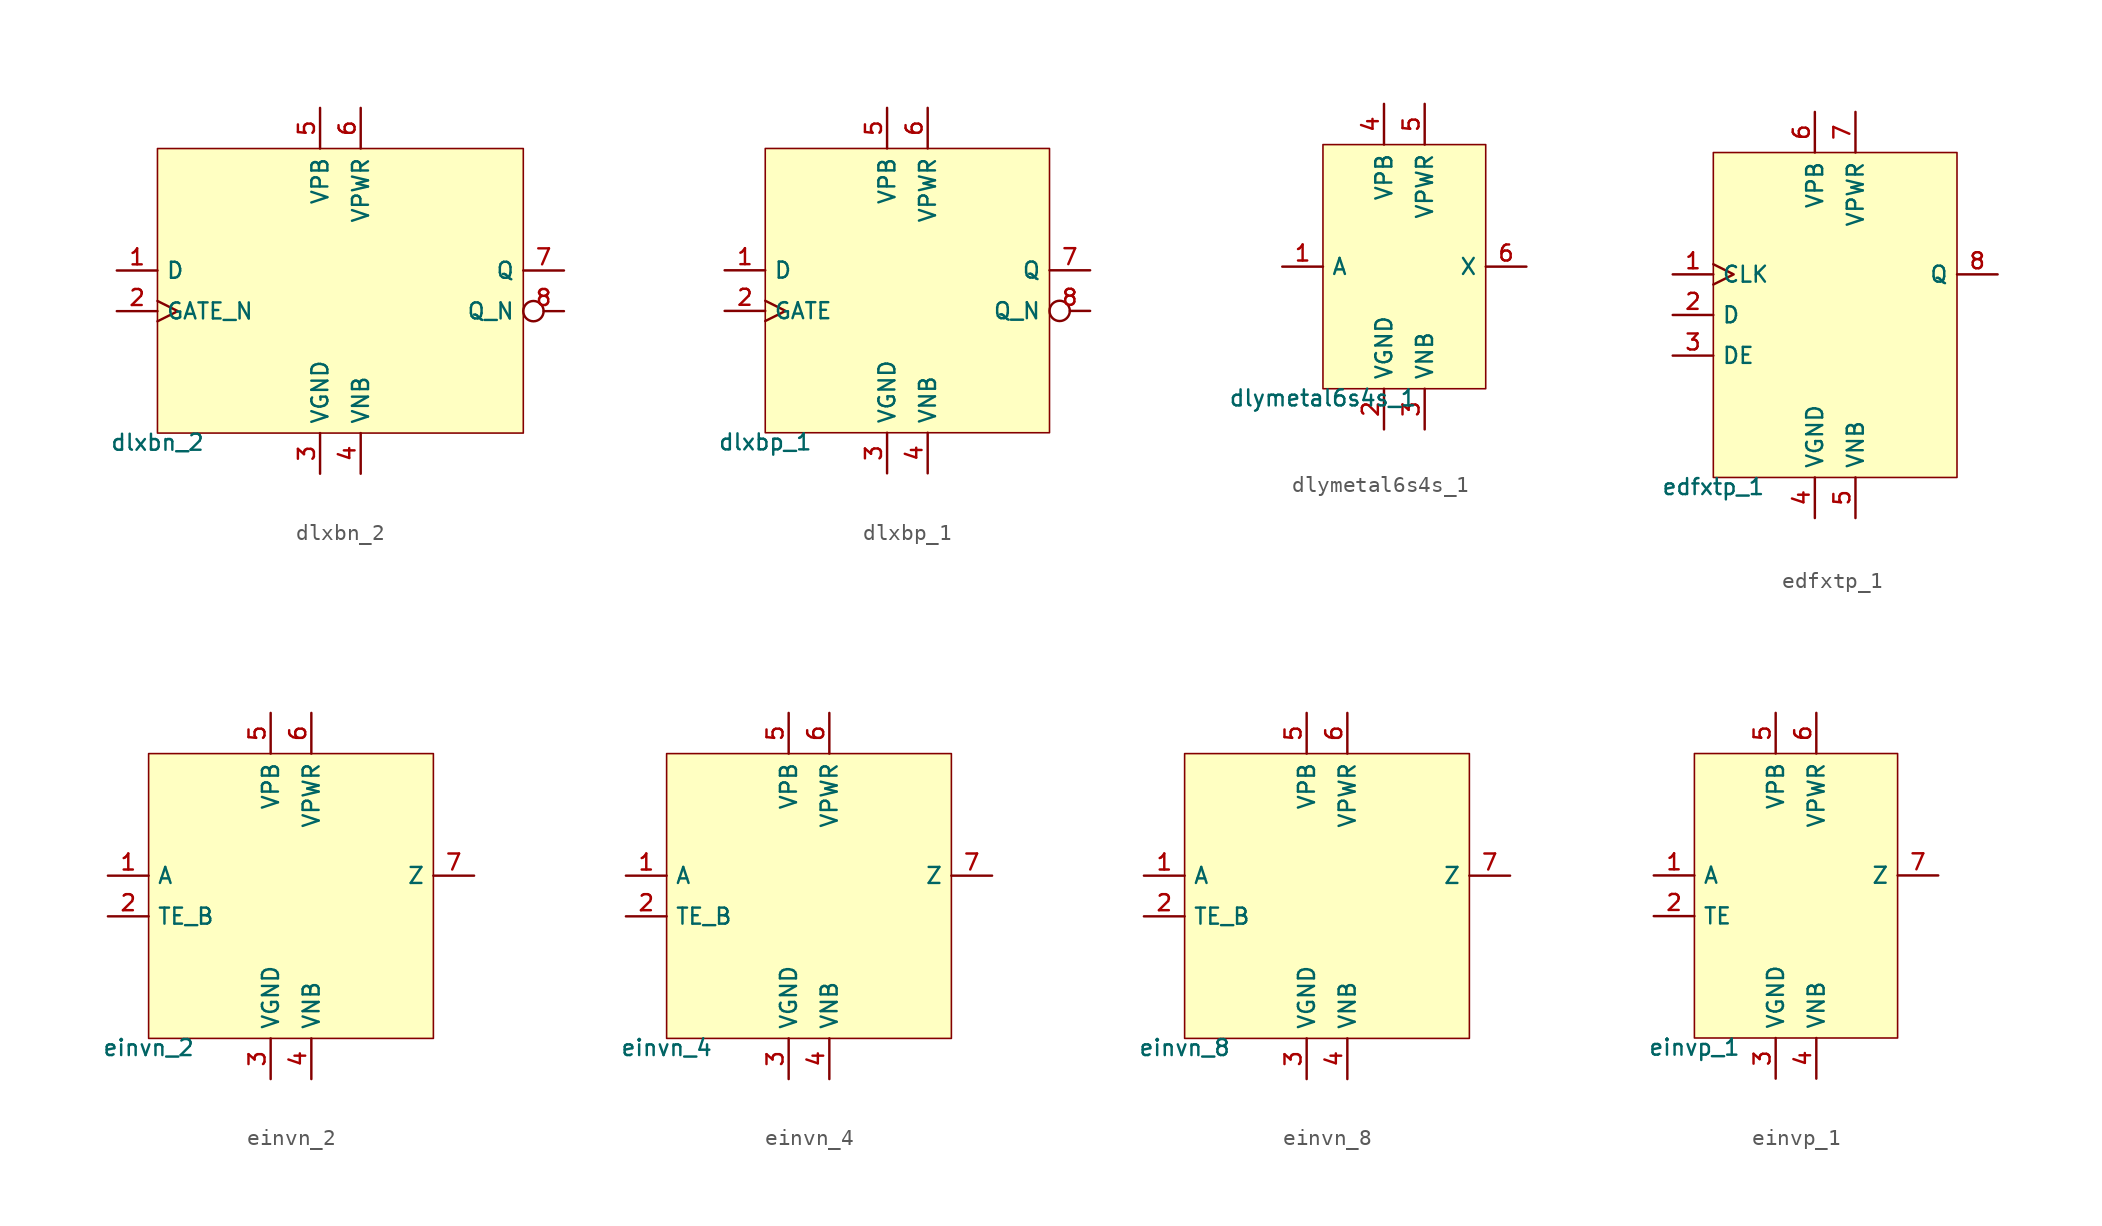
<source format=kicad_sym>
(kicad_symbol_lib
  (version 20211014)
  (generator pdk2kicad)
  (symbol "dlxbn_2"
    (property "Reference" "X"
      (at 0 0 0)
      (effects (font (size 1 1)) hide))
    (property "Value" "dlxbn_2"
      (at -11.43 -8.89 0)
      (effects (font (size 1 1)) (justify top)))
    (rectangle
      (start -11.43 -8.89)
      (end 11.43 8.89)
      (stroke (width 0.1) (type solid) (color 0 0 0 0))
      (fill (type background)))
    (pin input line
      (at -13.97 1.27 0)
      (length 2.54)
      (name "D" (effects (font (size 1 1)) hide))
      (number "1" (effects (font (size 1 1)) hide)))
    (pin input clock
      (at -13.97 -1.27 0)
      (length 2.54)
      (name "GATE_N" (effects (font (size 1 1)) hide))
      (number "2" (effects (font (size 1 1)) hide)))
    (pin power_in line
      (at -1.27 -11.43 90)
      (length 2.54)
      (name "VGND" (effects (font (size 1 1)) hide))
      (number "3" (effects (font (size 1 1)) hide)))
    (pin power_in line
      (at 1.27 -11.43 90)
      (length 2.54)
      (name "VNB" (effects (font (size 1 1)) hide))
      (number "4" (effects (font (size 1 1)) hide)))
    (pin power_in line
      (at -1.27 11.43 270)
      (length 2.54)
      (name "VPB" (effects (font (size 1 1)) hide))
      (number "5" (effects (font (size 1 1)) hide)))
    (pin power_in line
      (at 1.27 11.43 270)
      (length 2.54)
      (name "VPWR" (effects (font (size 1 1)) hide))
      (number "6" (effects (font (size 1 1)) hide)))
    (pin output line
      (at 13.97 1.27 180)
      (length 2.54)
      (name "Q" (effects (font (size 1 1)) hide))
      (number "7" (effects (font (size 1 1)) hide)))
    (pin output inverted
      (at 13.97 -1.27 180)
      (length 2.54)
      (name "Q_N" (effects (font (size 1 1)) hide))
      (number "8" (effects (font (size 1 1)) hide))))
  (symbol "dlxbp_1"
    (property "Reference" "X"
      (at 0 0 0)
      (effects (font (size 1 1)) hide))
    (property "Value" "dlxbp_1"
      (at -8.89 -8.89 0)
      (effects (font (size 1 1)) (justify top)))
    (rectangle
      (start -8.89 -8.89)
      (end 8.89 8.89)
      (stroke (width 0.1) (type solid) (color 0 0 0 0))
      (fill (type background)))
    (pin input line
      (at -11.43 1.27 0)
      (length 2.54)
      (name "D" (effects (font (size 1 1)) hide))
      (number "1" (effects (font (size 1 1)) hide)))
    (pin input clock
      (at -11.43 -1.27 0)
      (length 2.54)
      (name "GATE" (effects (font (size 1 1)) hide))
      (number "2" (effects (font (size 1 1)) hide)))
    (pin power_in line
      (at -1.27 -11.43 90)
      (length 2.54)
      (name "VGND" (effects (font (size 1 1)) hide))
      (number "3" (effects (font (size 1 1)) hide)))
    (pin power_in line
      (at 1.27 -11.43 90)
      (length 2.54)
      (name "VNB" (effects (font (size 1 1)) hide))
      (number "4" (effects (font (size 1 1)) hide)))
    (pin power_in line
      (at -1.27 11.43 270)
      (length 2.54)
      (name "VPB" (effects (font (size 1 1)) hide))
      (number "5" (effects (font (size 1 1)) hide)))
    (pin power_in line
      (at 1.27 11.43 270)
      (length 2.54)
      (name "VPWR" (effects (font (size 1 1)) hide))
      (number "6" (effects (font (size 1 1)) hide)))
    (pin output line
      (at 11.43 1.27 180)
      (length 2.54)
      (name "Q" (effects (font (size 1 1)) hide))
      (number "7" (effects (font (size 1 1)) hide)))
    (pin output inverted
      (at 11.43 -1.27 180)
      (length 2.54)
      (name "Q_N" (effects (font (size 1 1)) hide))
      (number "8" (effects (font (size 1 1)) hide))))
  (symbol "dlymetal6s4s_1"
    (property "Reference" "X"
      (at 0 0 0)
      (effects (font (size 1 1)) hide))
    (property "Value" "dlymetal6s4s_1"
      (at -5.08 -7.62 0)
      (effects (font (size 1 1)) (justify top)))
    (rectangle
      (start -5.08 -7.62)
      (end 5.08 7.62)
      (stroke (width 0.1) (type solid) (color 0 0 0 0))
      (fill (type background)))
    (pin input line
      (at -7.62 0.0 0)
      (length 2.54)
      (name "A" (effects (font (size 1 1)) hide))
      (number "1" (effects (font (size 1 1)) hide)))
    (pin power_in line
      (at -1.27 -10.16 90)
      (length 2.54)
      (name "VGND" (effects (font (size 1 1)) hide))
      (number "2" (effects (font (size 1 1)) hide)))
    (pin power_in line
      (at 1.27 -10.16 90)
      (length 2.54)
      (name "VNB" (effects (font (size 1 1)) hide))
      (number "3" (effects (font (size 1 1)) hide)))
    (pin power_in line
      (at -1.27 10.16 270)
      (length 2.54)
      (name "VPB" (effects (font (size 1 1)) hide))
      (number "4" (effects (font (size 1 1)) hide)))
    (pin power_in line
      (at 1.27 10.16 270)
      (length 2.54)
      (name "VPWR" (effects (font (size 1 1)) hide))
      (number "5" (effects (font (size 1 1)) hide)))
    (pin output line
      (at 7.62 0.0 180)
      (length 2.54)
      (name "X" (effects (font (size 1 1)) hide))
      (number "6" (effects (font (size 1 1)) hide))))
  (symbol "edfxtp_1"
    (property "Reference" "X"
      (at 0 0 0)
      (effects (font (size 1 1)) hide))
    (property "Value" "edfxtp_1"
      (at -7.62 -10.16 0)
      (effects (font (size 1 1)) (justify top)))
    (rectangle
      (start -7.62 -10.16)
      (end 7.62 10.16)
      (stroke (width 0.1) (type solid) (color 0 0 0 0))
      (fill (type background)))
    (pin input clock
      (at -10.16 2.54 0)
      (length 2.54)
      (name "CLK" (effects (font (size 1 1)) hide))
      (number "1" (effects (font (size 1 1)) hide)))
    (pin input line
      (at -10.16 0.0 0)
      (length 2.54)
      (name "D" (effects (font (size 1 1)) hide))
      (number "2" (effects (font (size 1 1)) hide)))
    (pin input line
      (at -10.16 -2.54 0)
      (length 2.54)
      (name "DE" (effects (font (size 1 1)) hide))
      (number "3" (effects (font (size 1 1)) hide)))
    (pin power_in line
      (at -1.27 -12.7 90)
      (length 2.54)
      (name "VGND" (effects (font (size 1 1)) hide))
      (number "4" (effects (font (size 1 1)) hide)))
    (pin power_in line
      (at 1.27 -12.7 90)
      (length 2.54)
      (name "VNB" (effects (font (size 1 1)) hide))
      (number "5" (effects (font (size 1 1)) hide)))
    (pin power_in line
      (at -1.27 12.7 270)
      (length 2.54)
      (name "VPB" (effects (font (size 1 1)) hide))
      (number "6" (effects (font (size 1 1)) hide)))
    (pin power_in line
      (at 1.27 12.7 270)
      (length 2.54)
      (name "VPWR" (effects (font (size 1 1)) hide))
      (number "7" (effects (font (size 1 1)) hide)))
    (pin output line
      (at 10.16 2.54 180)
      (length 2.54)
      (name "Q" (effects (font (size 1 1)) hide))
      (number "8" (effects (font (size 1 1)) hide))))
  (symbol "einvn_2"
    (property "Reference" "X"
      (at 0 0 0)
      (effects (font (size 1 1)) hide))
    (property "Value" "einvn_2"
      (at -8.89 -8.89 0)
      (effects (font (size 1 1)) (justify top)))
    (rectangle
      (start -8.89 -8.89)
      (end 8.89 8.89)
      (stroke (width 0.1) (type solid) (color 0 0 0 0))
      (fill (type background)))
    (pin input line
      (at -11.43 1.27 0)
      (length 2.54)
      (name "A" (effects (font (size 1 1)) hide))
      (number "1" (effects (font (size 1 1)) hide)))
    (pin input line
      (at -11.43 -1.27 0)
      (length 2.54)
      (name "TE_B" (effects (font (size 1 1)) hide))
      (number "2" (effects (font (size 1 1)) hide)))
    (pin power_in line
      (at -1.27 -11.43 90)
      (length 2.54)
      (name "VGND" (effects (font (size 1 1)) hide))
      (number "3" (effects (font (size 1 1)) hide)))
    (pin power_in line
      (at 1.27 -11.43 90)
      (length 2.54)
      (name "VNB" (effects (font (size 1 1)) hide))
      (number "4" (effects (font (size 1 1)) hide)))
    (pin power_in line
      (at -1.27 11.43 270)
      (length 2.54)
      (name "VPB" (effects (font (size 1 1)) hide))
      (number "5" (effects (font (size 1 1)) hide)))
    (pin power_in line
      (at 1.27 11.43 270)
      (length 2.54)
      (name "VPWR" (effects (font (size 1 1)) hide))
      (number "6" (effects (font (size 1 1)) hide)))
    (pin output line
      (at 11.43 1.27 180)
      (length 2.54)
      (name "Z" (effects (font (size 1 1)) hide))
      (number "7" (effects (font (size 1 1)) hide))))
  (symbol "einvn_4"
    (property "Reference" "X"
      (at 0 0 0)
      (effects (font (size 1 1)) hide))
    (property "Value" "einvn_4"
      (at -8.89 -8.89 0)
      (effects (font (size 1 1)) (justify top)))
    (rectangle
      (start -8.89 -8.89)
      (end 8.89 8.89)
      (stroke (width 0.1) (type solid) (color 0 0 0 0))
      (fill (type background)))
    (pin input line
      (at -11.43 1.27 0)
      (length 2.54)
      (name "A" (effects (font (size 1 1)) hide))
      (number "1" (effects (font (size 1 1)) hide)))
    (pin input line
      (at -11.43 -1.27 0)
      (length 2.54)
      (name "TE_B" (effects (font (size 1 1)) hide))
      (number "2" (effects (font (size 1 1)) hide)))
    (pin power_in line
      (at -1.27 -11.43 90)
      (length 2.54)
      (name "VGND" (effects (font (size 1 1)) hide))
      (number "3" (effects (font (size 1 1)) hide)))
    (pin power_in line
      (at 1.27 -11.43 90)
      (length 2.54)
      (name "VNB" (effects (font (size 1 1)) hide))
      (number "4" (effects (font (size 1 1)) hide)))
    (pin power_in line
      (at -1.27 11.43 270)
      (length 2.54)
      (name "VPB" (effects (font (size 1 1)) hide))
      (number "5" (effects (font (size 1 1)) hide)))
    (pin power_in line
      (at 1.27 11.43 270)
      (length 2.54)
      (name "VPWR" (effects (font (size 1 1)) hide))
      (number "6" (effects (font (size 1 1)) hide)))
    (pin output line
      (at 11.43 1.27 180)
      (length 2.54)
      (name "Z" (effects (font (size 1 1)) hide))
      (number "7" (effects (font (size 1 1)) hide))))
  (symbol "einvn_8"
    (property "Reference" "X"
      (at 0 0 0)
      (effects (font (size 1 1)) hide))
    (property "Value" "einvn_8"
      (at -8.89 -8.89 0)
      (effects (font (size 1 1)) (justify top)))
    (rectangle
      (start -8.89 -8.89)
      (end 8.89 8.89)
      (stroke (width 0.1) (type solid) (color 0 0 0 0))
      (fill (type background)))
    (pin input line
      (at -11.43 1.27 0)
      (length 2.54)
      (name "A" (effects (font (size 1 1)) hide))
      (number "1" (effects (font (size 1 1)) hide)))
    (pin input line
      (at -11.43 -1.27 0)
      (length 2.54)
      (name "TE_B" (effects (font (size 1 1)) hide))
      (number "2" (effects (font (size 1 1)) hide)))
    (pin power_in line
      (at -1.27 -11.43 90)
      (length 2.54)
      (name "VGND" (effects (font (size 1 1)) hide))
      (number "3" (effects (font (size 1 1)) hide)))
    (pin power_in line
      (at 1.27 -11.43 90)
      (length 2.54)
      (name "VNB" (effects (font (size 1 1)) hide))
      (number "4" (effects (font (size 1 1)) hide)))
    (pin power_in line
      (at -1.27 11.43 270)
      (length 2.54)
      (name "VPB" (effects (font (size 1 1)) hide))
      (number "5" (effects (font (size 1 1)) hide)))
    (pin power_in line
      (at 1.27 11.43 270)
      (length 2.54)
      (name "VPWR" (effects (font (size 1 1)) hide))
      (number "6" (effects (font (size 1 1)) hide)))
    (pin output line
      (at 11.43 1.27 180)
      (length 2.54)
      (name "Z" (effects (font (size 1 1)) hide))
      (number "7" (effects (font (size 1 1)) hide))))
  (symbol "einvp_1"
    (property "Reference" "X"
      (at 0 0 0)
      (effects (font (size 1 1)) hide))
    (property "Value" "einvp_1"
      (at -6.35 -8.89 0)
      (effects (font (size 1 1)) (justify top)))
    (rectangle
      (start -6.35 -8.89)
      (end 6.35 8.89)
      (stroke (width 0.1) (type solid) (color 0 0 0 0))
      (fill (type background)))
    (pin input line
      (at -8.89 1.27 0)
      (length 2.54)
      (name "A" (effects (font (size 1 1)) hide))
      (number "1" (effects (font (size 1 1)) hide)))
    (pin input line
      (at -8.89 -1.27 0)
      (length 2.54)
      (name "TE" (effects (font (size 1 1)) hide))
      (number "2" (effects (font (size 1 1)) hide)))
    (pin power_in line
      (at -1.27 -11.43 90)
      (length 2.54)
      (name "VGND" (effects (font (size 1 1)) hide))
      (number "3" (effects (font (size 1 1)) hide)))
    (pin power_in line
      (at 1.27 -11.43 90)
      (length 2.54)
      (name "VNB" (effects (font (size 1 1)) hide))
      (number "4" (effects (font (size 1 1)) hide)))
    (pin power_in line
      (at -1.27 11.43 270)
      (length 2.54)
      (name "VPB" (effects (font (size 1 1)) hide))
      (number "5" (effects (font (size 1 1)) hide)))
    (pin power_in line
      (at 1.27 11.43 270)
      (length 2.54)
      (name "VPWR" (effects (font (size 1 1)) hide))
      (number "6" (effects (font (size 1 1)) hide)))
    (pin output line
      (at 8.89 1.27 180)
      (length 2.54)
      (name "Z" (effects (font (size 1 1)) hide))
      (number "7" (effects (font (size 1 1)) hide)))))
</source>
